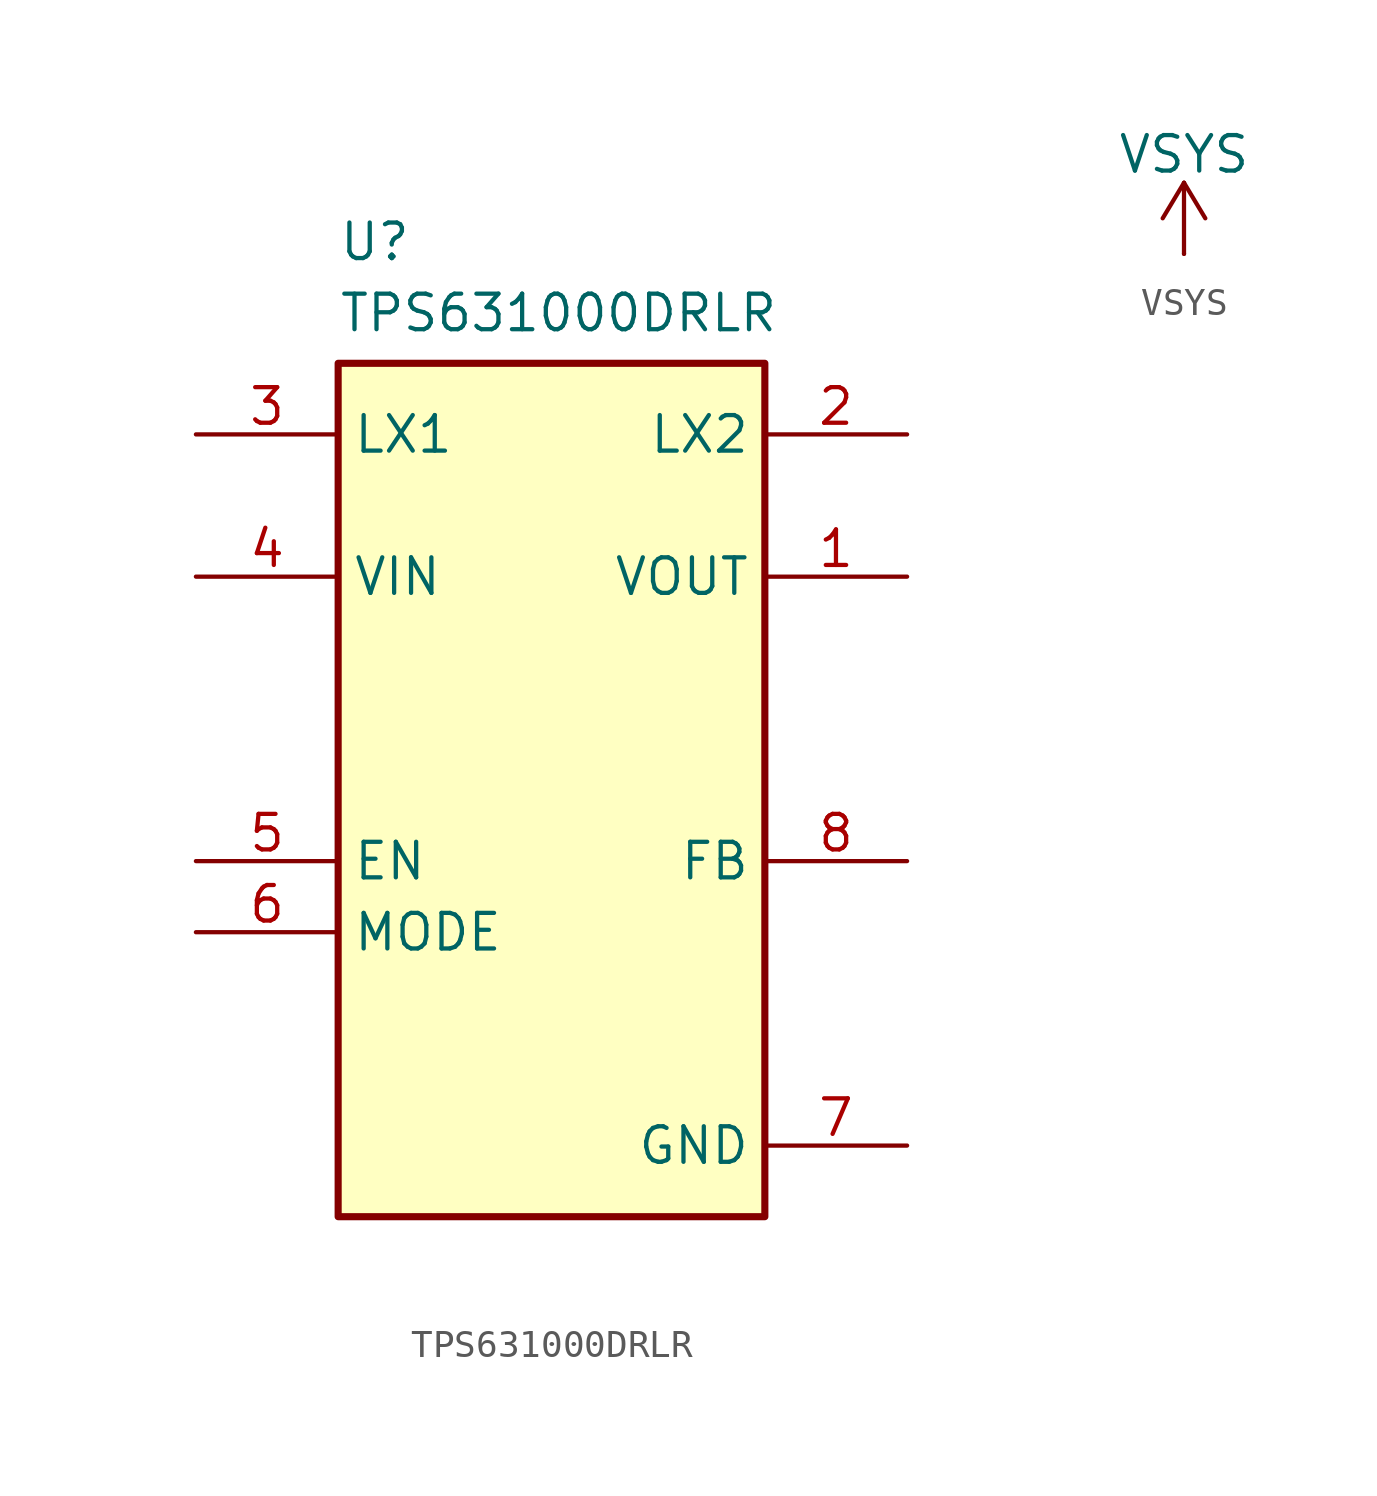
<source format=kicad_sym>
(kicad_symbol_lib
  (version 20241209)
  (generator "kicad_symbol_editor")
  (generator_version "9.0")
  (symbol "TPS631000DRLR"
    (property "Reference" "U"
      (at 0 5.08 0)
      (effects (font (size 1.27 1.27)) (justify left top)))
    (property "Value" "TPS631000DRLR"
      (at 0 2.54 0)
      (effects (font (size 1.27 1.27)) (justify left top)))
    (symbol "TPS631000DRLR_1_1"
      (rectangle (start 0 0) (end 15.24 -30.48) (stroke (width 0.254) (type default)) (fill (type background)))
      (pin passive line (at -5.08 -2.54 0) (length 5.08) (name "LX1" (effects (font (size 1.27 1.27)))) (number "3" (effects (font (size 1.27 1.27)))))
      (pin passive line (at -5.08 -7.62 0) (length 5.08) (name "VIN" (effects (font (size 1.27 1.27)))) (number "4" (effects (font (size 1.27 1.27)))))
      (pin passive line (at -5.08 -17.78 0) (length 5.08) (name "EN" (effects (font (size 1.27 1.27)))) (number "5" (effects (font (size 1.27 1.27)))))
      (pin passive line (at -5.08 -20.32 0) (length 5.08) (name "MODE" (effects (font (size 1.27 1.27)))) (number "6" (effects (font (size 1.27 1.27)))))
      (pin passive line (at 20.32 -2.54 180) (length 5.08) (name "LX2" (effects (font (size 1.27 1.27)))) (number "2" (effects (font (size 1.27 1.27)))))
      (pin passive line (at 20.32 -7.62 180) (length 5.08) (name "VOUT" (effects (font (size 1.27 1.27)))) (number "1" (effects (font (size 1.27 1.27)))))
      (pin passive line (at 20.32 -17.78 180) (length 5.08) (name "FB" (effects (font (size 1.27 1.27)))) (number "8" (effects (font (size 1.27 1.27)))))
      (pin passive line (at 20.32 -27.94 180) (length 5.08) (name "GND" (effects (font (size 1.27 1.27)))) (number "7" (effects (font (size 1.27 1.27)))))))
  (symbol "VSYS"
    (power)
    (pin_numbers
      (hide yes))
    (pin_names
      (offset 0)
      (hide yes))
    (property "Reference" "#PWR"
      (at 10.16 5.588 0)
      (effects (font (size 1.27 1.27)) (hide yes)))
    (property "Value" "VSYS"
      (at 0 3.556 0)
      (effects (font (size 1.27 1.27))))
    (symbol "VSYS_0_1"
      (polyline (pts (xy -0.762 1.27) (xy 0 2.54)) (stroke (width 0) (type default)) (fill (type none)))
      (polyline (pts (xy 0 2.54) (xy 0.762 1.27)) (stroke (width 0) (type default)) (fill (type none)))
      (polyline (pts (xy 0 0) (xy 0 2.54)) (stroke (width 0) (type default)) (fill (type none))))
    (symbol "VSYS_1_1"
      (pin power_in line (at 0 0 90) (length 0) (name "VSYS" (effects (font (size 1.27 1.27)))) (number "1" (effects (font (size 1.27 1.27))))))))
</source>
